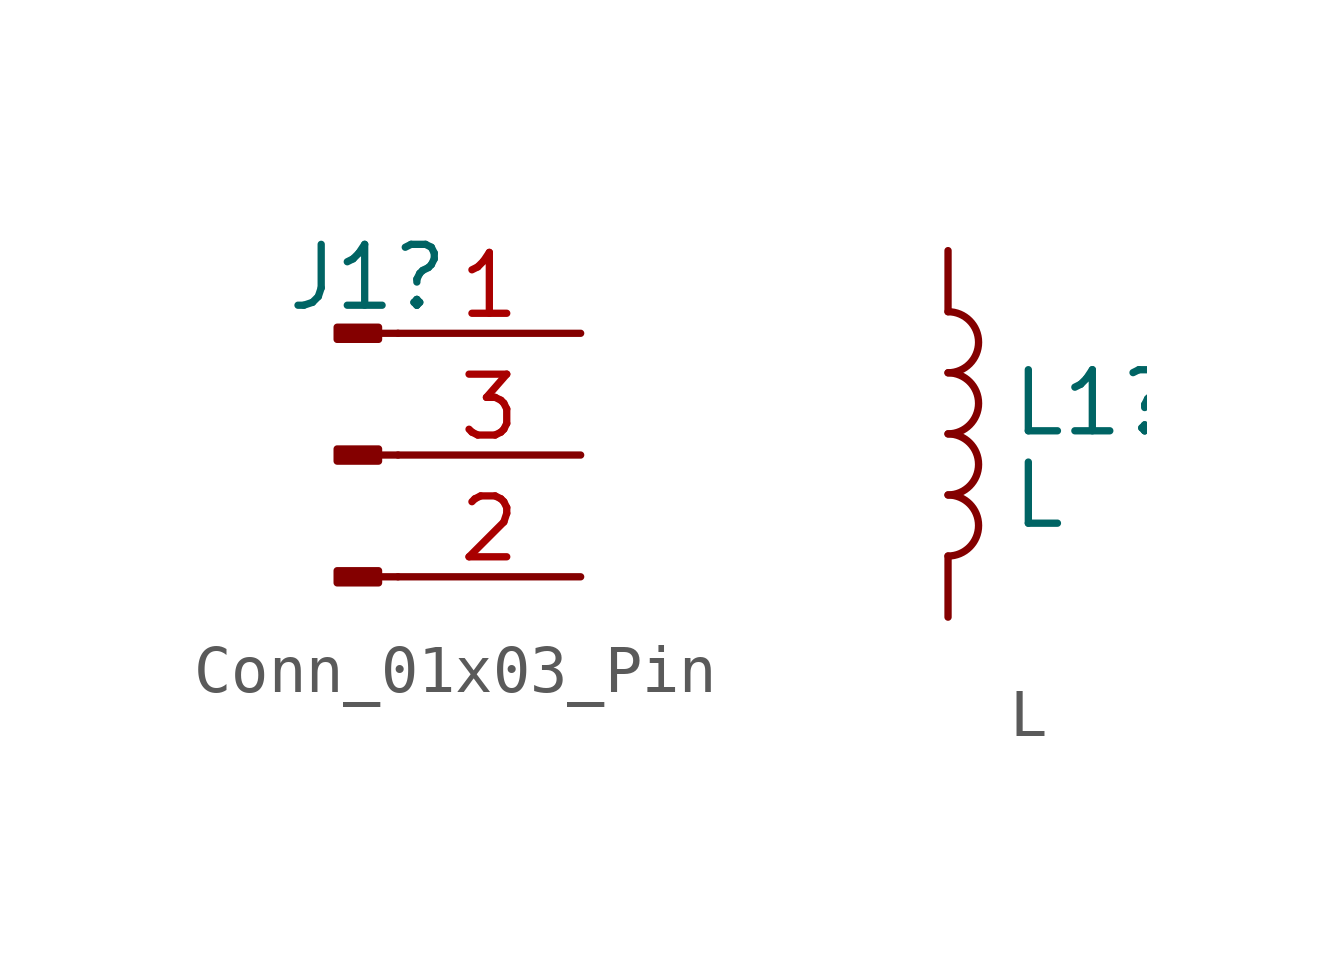
<source format=kicad_sym>
(kicad_symbol_lib
  (version 20220914)
  (generator kicad_symbol_editor)
  (symbol "Conn_01x03_Pin"
    (pin_names
      (offset 1.016) hide)
    (property "Reference" "J1"
      (at 0.635 3.705 0)
      (effects (font (size 1.27 1.27))))
    (property "LCSC" ""
      (at 0 0 0)
      (effects (font (size 1.27 1.27))))
    (symbol "Conn_01x03_Pin_1_1"
      (polyline (pts (xy 1.27 -2.54) (xy 0.864 -2.54)) (stroke (width 0.152) (type default)) (fill (type none)))
      (polyline (pts (xy 1.27 0) (xy 0.864 0)) (stroke (width 0.152) (type default)) (fill (type none)))
      (polyline (pts (xy 1.27 2.54) (xy 0.864 2.54)) (stroke (width 0.152) (type default)) (fill (type none)))
      (rectangle (start 0.864 -2.413) (end 0 -2.667) (stroke (width 0.152) (type default)) (fill (type outline)))
      (rectangle (start 0.864 0.127) (end 0 -0.127) (stroke (width 0.152) (type default)) (fill (type outline)))
      (rectangle (start 0.864 2.667) (end 0 2.413) (stroke (width 0.152) (type default)) (fill (type outline)))
      (pin passive line (at 5.08 2.54 180) (length 3.81) (name "Pin_1" (effects (font (size 1.27 1.27)))) (number "1" (effects (font (size 1.27 1.27)))))
      (pin passive line (at 5.08 -2.54 180) (length 3.81) (name "Pin_3" (effects (font (size 1.27 1.27)))) (number "2" (effects (font (size 1.27 1.27)))))
      (pin passive line (at 5.08 0 180) (length 3.81) (name "Pin_2" (effects (font (size 1.27 1.27)))) (number "3" (effects (font (size 1.27 1.27)))))))
  (symbol "L"
    (pin_numbers hide)
    (pin_names
      (offset 1.016) hide)
    (property "Reference" "L1"
      (at 1.267 0.644 0)
      (effects (font (size 1.27 1.27)) (justify left)))
    (property "Value" "L"
      (at 1.267 -1.277 0)
      (effects (font (size 1.27 1.27)) (justify left)))
    (symbol "L_0_1"
      (arc (start 0 -2.54) (mid 0.6323 -1.905) (end 0 -1.27) (stroke (width 0) (type default)) (fill (type none)))
      (arc (start 0 -1.27) (mid 0.6323 -0.635) (end 0 0) (stroke (width 0) (type default)) (fill (type none)))
      (arc (start 0 0) (mid 0.6323 0.635) (end 0 1.27) (stroke (width 0) (type default)) (fill (type none)))
      (arc (start 0 1.27) (mid 0.6323 1.905) (end 0 2.54) (stroke (width 0) (type default)) (fill (type none))))
    (symbol "L_1_1"
      (pin passive line (at 0 3.81 270) (length 1.27) (name "1" (effects (font (size 1.27 1.27)))) (number "1" (effects (font (size 1.27 1.27)))))
      (pin passive line (at 0 -3.81 90) (length 1.27) (name "2" (effects (font (size 1.27 1.27)))) (number "2" (effects (font (size 1.27 1.27))))))))
</source>
